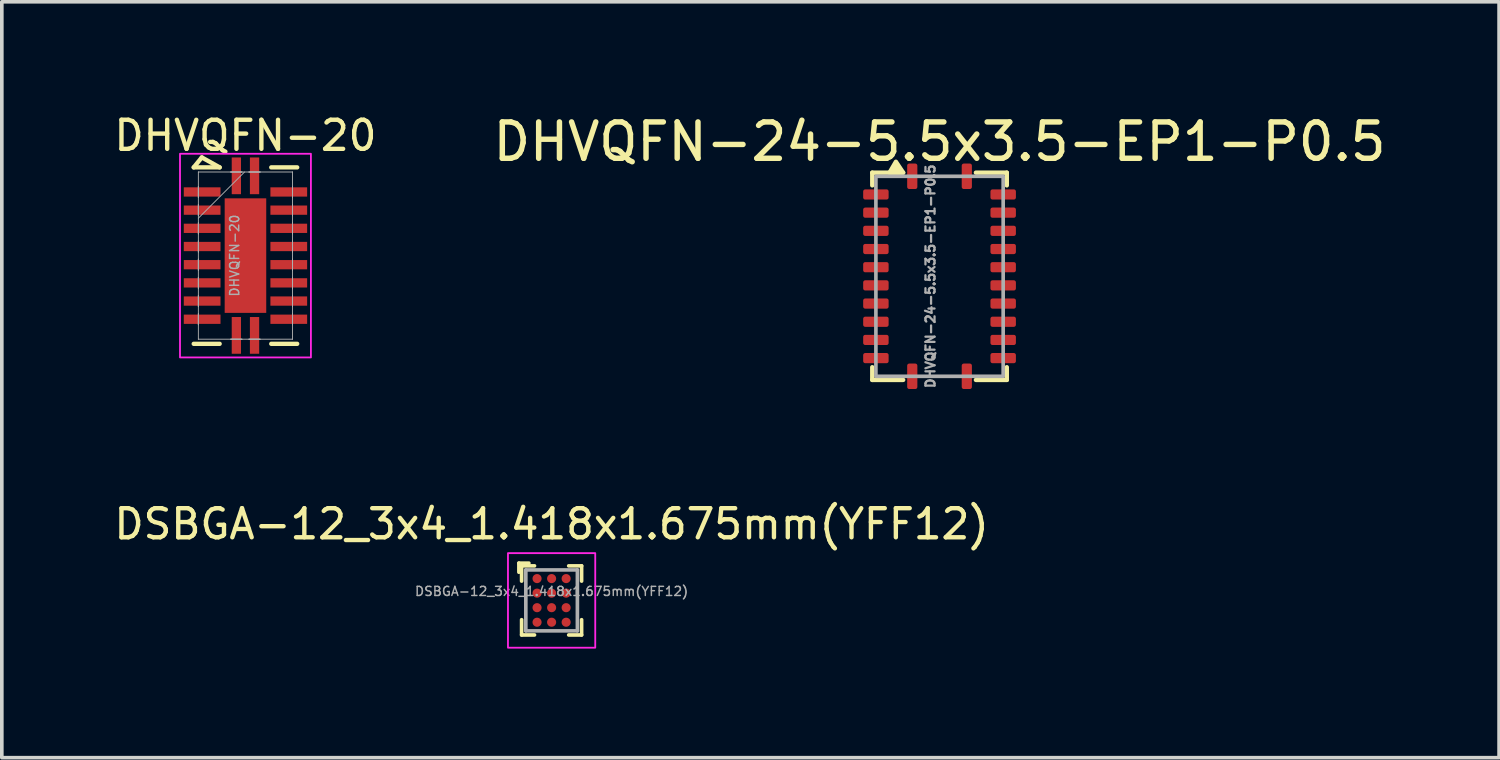
<source format=kicad_pcb>
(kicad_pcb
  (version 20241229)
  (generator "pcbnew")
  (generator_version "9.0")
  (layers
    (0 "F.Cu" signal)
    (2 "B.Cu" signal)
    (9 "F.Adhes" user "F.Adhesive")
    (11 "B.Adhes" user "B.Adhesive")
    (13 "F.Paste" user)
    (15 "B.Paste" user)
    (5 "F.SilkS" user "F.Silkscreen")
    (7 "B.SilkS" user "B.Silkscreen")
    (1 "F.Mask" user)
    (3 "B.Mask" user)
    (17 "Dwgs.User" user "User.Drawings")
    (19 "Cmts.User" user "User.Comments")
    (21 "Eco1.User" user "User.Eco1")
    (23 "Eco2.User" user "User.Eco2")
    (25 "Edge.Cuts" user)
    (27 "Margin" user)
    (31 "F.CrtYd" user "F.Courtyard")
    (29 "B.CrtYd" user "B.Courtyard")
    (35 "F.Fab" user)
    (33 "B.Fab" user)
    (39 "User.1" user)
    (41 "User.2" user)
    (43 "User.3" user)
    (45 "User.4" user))
  (footprint "DHVQFN-24-5.5x3.5-EP1-P0.5"
    (layer "F.Cu")
    (at 22.787 4.548)
    (property "Reference" "DHVQFN-24-5.5x3.5-EP1-P0.5" (at 0 -3.7 0) (unlocked yes) (layer "F.SilkS") (effects (font (size 1 1) (thickness 0.15))))
    (attr smd)
    (fp_line (start -1.85 -2.85) (end -1 -2.85) (stroke (width 0.12) (type default)) (layer "F.SilkS"))
    (fp_line (start -1.85 -2.5) (end -1.85 -2.85) (stroke (width 0.12) (type default)) (layer "F.SilkS"))
    (fp_line (start -1.85 2.5) (end -1.85 2.85) (stroke (width 0.12) (type default)) (layer "F.SilkS"))
    (fp_line (start -1.85 2.85) (end -1 2.85) (stroke (width 0.12) (type default)) (layer "F.SilkS"))
    (fp_line (start 1.85 -2.85) (end 1 -2.85) (stroke (width 0.12) (type default)) (layer "F.SilkS"))
    (fp_line (start 1.85 -2.5) (end 1.85 -2.85) (stroke (width 0.12) (type default)) (layer "F.SilkS"))
    (fp_line (start 1.85 2.5) (end 1.85 2.85) (stroke (width 0.12) (type default)) (layer "F.SilkS"))
    (fp_line (start 1.85 2.85) (end 1 2.85) (stroke (width 0.12) (type default)) (layer "F.SilkS"))
    (fp_poly (pts (xy -1.375 -2.85) (xy -1.2 -3.15) (xy -1 -2.85)) (stroke (width 0.12) (type solid)) (fill yes) (layer "F.SilkS"))
    (fp_rect (start -1.75 2.75) (end 1.75 -2.75) (stroke (width 0.1) (type default)) (fill no) (layer "F.Fab"))
    (fp_text user "${REFERENCE}" (at -0.25 0 90) (unlocked yes) (layer "F.Fab") (effects (font (size 0.25 0.25) (thickness 0.062))))
    (pad "1" smd roundrect (at -0.75 -2.75 270) (size 0.7 0.28) (layers "F.Cu" "F.Mask" "F.Paste") (roundrect_rratio 0.2))
    (pad "2" smd roundrect (at -1.75 -2.25 180) (size 0.7 0.28) (layers "F.Cu" "F.Mask" "F.Paste") (roundrect_rratio 0.2))
    (pad "3" smd roundrect (at -1.75 -1.75 180) (size 0.7 0.28) (layers "F.Cu" "F.Mask" "F.Paste") (roundrect_rratio 0.2))
    (pad "4" smd roundrect (at -1.75 -1.25 180) (size 0.7 0.28) (layers "F.Cu" "F.Mask" "F.Paste") (roundrect_rratio 0.2))
    (pad "5" smd roundrect (at -1.75 -0.75 180) (size 0.7 0.28) (layers "F.Cu" "F.Mask" "F.Paste") (roundrect_rratio 0.2))
    (pad "6" smd roundrect (at -1.75 -0.25 180) (size 0.7 0.28) (layers "F.Cu" "F.Mask" "F.Paste") (roundrect_rratio 0.2))
    (pad "7" smd roundrect (at -1.75 0.25 180) (size 0.7 0.28) (layers "F.Cu" "F.Mask" "F.Paste") (roundrect_rratio 0.2))
    (pad "8" smd roundrect (at -1.75 0.75 180) (size 0.7 0.28) (layers "F.Cu" "F.Mask" "F.Paste") (roundrect_rratio 0.2))
    (pad "9" smd roundrect (at -1.75 1.25 180) (size 0.7 0.28) (layers "F.Cu" "F.Mask" "F.Paste") (roundrect_rratio 0.2))
    (pad "10" smd roundrect (at -1.75 1.75 180) (size 0.7 0.28) (layers "F.Cu" "F.Mask" "F.Paste") (roundrect_rratio 0.2))
    (pad "11" smd roundrect (at -1.75 2.25 180) (size 0.7 0.28) (layers "F.Cu" "F.Mask" "F.Paste") (roundrect_rratio 0.2))
    (pad "12" smd roundrect (at -0.75 2.75 270) (size 0.7 0.28) (layers "F.Cu" "F.Mask" "F.Paste") (roundrect_rratio 0.2))
    (pad "13" smd roundrect (at 0.75 2.75 270) (size 0.7 0.28) (layers "F.Cu" "F.Mask" "F.Paste") (roundrect_rratio 0.2))
    (pad "14" smd roundrect (at 1.75 2.25) (size 0.7 0.28) (layers "F.Cu" "F.Mask" "F.Paste") (roundrect_rratio 0.2))
    (pad "15" smd roundrect (at 1.75 1.75) (size 0.7 0.28) (layers "F.Cu" "F.Mask" "F.Paste") (roundrect_rratio 0.2))
    (pad "16" smd roundrect (at 1.75 1.25) (size 0.7 0.28) (layers "F.Cu" "F.Mask" "F.Paste") (roundrect_rratio 0.2))
    (pad "17" smd roundrect (at 1.75 0.75) (size 0.7 0.28) (layers "F.Cu" "F.Mask" "F.Paste") (roundrect_rratio 0.2))
    (pad "18" smd roundrect (at 1.75 0.25) (size 0.7 0.28) (layers "F.Cu" "F.Mask" "F.Paste") (roundrect_rratio 0.2))
    (pad "19" smd roundrect (at 1.75 -0.25) (size 0.7 0.28) (layers "F.Cu" "F.Mask" "F.Paste") (roundrect_rratio 0.2))
    (pad "20" smd roundrect (at 1.75 -0.75) (size 0.7 0.28) (layers "F.Cu" "F.Mask" "F.Paste") (roundrect_rratio 0.2))
    (pad "21" smd roundrect (at 1.75 -1.25) (size 0.7 0.28) (layers "F.Cu" "F.Mask" "F.Paste") (roundrect_rratio 0.2))
    (pad "22" smd roundrect (at 1.75 -1.75) (size 0.7 0.28) (layers "F.Cu" "F.Mask" "F.Paste") (roundrect_rratio 0.2))
    (pad "23" smd roundrect (at 1.75 -2.25) (size 0.7 0.28) (layers "F.Cu" "F.Mask" "F.Paste") (roundrect_rratio 0.2))
    (pad "24" smd roundrect (at 0.75 -2.75 90) (size 0.7 0.28) (layers "F.Cu" "F.Mask" "F.Paste") (roundrect_rratio 0.2)))
  (footprint "DHVQFN-20"
    (layer "F.Cu")
    (at 3.7 3.979)
    (property "Reference" "DHVQFN-20" (at 0 -3.3 0) (unlocked yes) (layer "F.SilkS") (effects (font (size 0.8 0.8) (thickness 0.12))))
    (attr smd)
    (fp_line (start -1.422 -2.426) (end -1.2 -2.7) (stroke (width 0.12) (type default)) (layer "F.SilkS"))
    (fp_line (start -1.422 2.426) (end -0.71 2.426) (stroke (width 0.12) (type solid)) (layer "F.SilkS"))
    (fp_line (start -1.2 -2.7) (end -0.71 -2.426) (stroke (width 0.12) (type default)) (layer "F.SilkS"))
    (fp_line (start -0.71 -2.426) (end -1.422 -2.426) (stroke (width 0.12) (type solid)) (layer "F.SilkS"))
    (fp_line (start 0.71 2.426) (end 1.422 2.426) (stroke (width 0.12) (type solid)) (layer "F.SilkS"))
    (fp_line (start 1.422 -2.426) (end 0.71 -2.426) (stroke (width 0.12) (type solid)) (layer "F.SilkS"))
    (fp_poly (pts (xy -0.471 -1.475) (xy -0.471 -0.1) (xy 0.471 -0.1) (xy 0.471 -1.475)) (stroke (width 0) (type solid)) (fill yes) (layer "F.Paste"))
    (fp_poly (pts (xy -0.471 0.1) (xy -0.471 1.475) (xy 0.471 1.475) (xy 0.471 0.1)) (stroke (width 0) (type solid)) (fill yes) (layer "F.Paste"))
    (fp_rect (start -1.8 -2.8) (end 1.8 2.8) (stroke (width 0.05) (type default)) (fill no) (layer "F.CrtYd"))
    (fp_line (start -1.295 -2.299) (end -1.295 -2.299) (stroke (width 0.025) (type solid)) (layer "F.Fab"))
    (fp_line (start -1.295 -2.299) (end -1.295 2.299) (stroke (width 0.025) (type solid)) (layer "F.Fab"))
    (fp_line (start -1.295 -1.902) (end -1.295 -1.902) (stroke (width 0.025) (type solid)) (layer "F.Fab"))
    (fp_line (start -1.295 -1.902) (end -1.295 -1.598) (stroke (width 0.025) (type solid)) (layer "F.Fab"))
    (fp_line (start -1.295 -1.598) (end -1.295 -1.902) (stroke (width 0.025) (type solid)) (layer "F.Fab"))
    (fp_line (start -1.295 -1.598) (end -1.295 -1.598) (stroke (width 0.025) (type solid)) (layer "F.Fab"))
    (fp_line (start -1.295 -1.402) (end -1.295 -1.402) (stroke (width 0.025) (type solid)) (layer "F.Fab"))
    (fp_line (start -1.295 -1.402) (end -1.295 -1.098) (stroke (width 0.025) (type solid)) (layer "F.Fab"))
    (fp_line (start -1.295 -1.098) (end -1.295 -1.402) (stroke (width 0.025) (type solid)) (layer "F.Fab"))
    (fp_line (start -1.295 -1.098) (end -1.295 -1.098) (stroke (width 0.025) (type solid)) (layer "F.Fab"))
    (fp_line (start -1.295 -1.029) (end -0.025 -2.299) (stroke (width 0.025) (type solid)) (layer "F.Fab"))
    (fp_line (start -1.295 -0.902) (end -1.295 -0.902) (stroke (width 0.025) (type solid)) (layer "F.Fab"))
    (fp_line (start -1.295 -0.902) (end -1.295 -0.598) (stroke (width 0.025) (type solid)) (layer "F.Fab"))
    (fp_line (start -1.295 -0.598) (end -1.295 -0.902) (stroke (width 0.025) (type solid)) (layer "F.Fab"))
    (fp_line (start -1.295 -0.598) (end -1.295 -0.598) (stroke (width 0.025) (type solid)) (layer "F.Fab"))
    (fp_line (start -1.295 -0.402) (end -1.295 -0.402) (stroke (width 0.025) (type solid)) (layer "F.Fab"))
    (fp_line (start -1.295 -0.402) (end -1.295 -0.098) (stroke (width 0.025) (type solid)) (layer "F.Fab"))
    (fp_line (start -1.295 -0.098) (end -1.295 -0.402) (stroke (width 0.025) (type solid)) (layer "F.Fab"))
    (fp_line (start -1.295 -0.098) (end -1.295 -0.098) (stroke (width 0.025) (type solid)) (layer "F.Fab"))
    (fp_line (start -1.295 0.098) (end -1.295 0.098) (stroke (width 0.025) (type solid)) (layer "F.Fab"))
    (fp_line (start -1.295 0.098) (end -1.295 0.402) (stroke (width 0.025) (type solid)) (layer "F.Fab"))
    (fp_line (start -1.295 0.402) (end -1.295 0.098) (stroke (width 0.025) (type solid)) (layer "F.Fab"))
    (fp_line (start -1.295 0.402) (end -1.295 0.402) (stroke (width 0.025) (type solid)) (layer "F.Fab"))
    (fp_line (start -1.295 0.598) (end -1.295 0.598) (stroke (width 0.025) (type solid)) (layer "F.Fab"))
    (fp_line (start -1.295 0.598) (end -1.295 0.902) (stroke (width 0.025) (type solid)) (layer "F.Fab"))
    (fp_line (start -1.295 0.902) (end -1.295 0.598) (stroke (width 0.025) (type solid)) (layer "F.Fab"))
    (fp_line (start -1.295 0.902) (end -1.295 0.902) (stroke (width 0.025) (type solid)) (layer "F.Fab"))
    (fp_line (start -1.295 1.098) (end -1.295 1.098) (stroke (width 0.025) (type solid)) (layer "F.Fab"))
    (fp_line (start -1.295 1.098) (end -1.295 1.402) (stroke (width 0.025) (type solid)) (layer "F.Fab"))
    (fp_line (start -1.295 1.402) (end -1.295 1.098) (stroke (width 0.025) (type solid)) (layer "F.Fab"))
    (fp_line (start -1.295 1.402) (end -1.295 1.402) (stroke (width 0.025) (type solid)) (layer "F.Fab"))
    (fp_line (start -1.295 1.598) (end -1.295 1.598) (stroke (width 0.025) (type solid)) (layer "F.Fab"))
    (fp_line (start -1.295 1.598) (end -1.295 1.902) (stroke (width 0.025) (type solid)) (layer "F.Fab"))
    (fp_line (start -1.295 1.902) (end -1.295 1.598) (stroke (width 0.025) (type solid)) (layer "F.Fab"))
    (fp_line (start -1.295 1.902) (end -1.295 1.902) (stroke (width 0.025) (type solid)) (layer "F.Fab"))
    (fp_line (start -1.295 2.299) (end -1.295 2.299) (stroke (width 0.025) (type solid)) (layer "F.Fab"))
    (fp_line (start -1.295 2.299) (end 1.295 2.299) (stroke (width 0.025) (type solid)) (layer "F.Fab"))
    (fp_line (start -0.402 -2.299) (end -0.402 -2.299) (stroke (width 0.025) (type solid)) (layer "F.Fab"))
    (fp_line (start -0.402 -2.299) (end -0.098 -2.299) (stroke (width 0.025) (type solid)) (layer "F.Fab"))
    (fp_line (start -0.402 2.299) (end -0.402 2.299) (stroke (width 0.025) (type solid)) (layer "F.Fab"))
    (fp_line (start -0.402 2.299) (end -0.098 2.299) (stroke (width 0.025) (type solid)) (layer "F.Fab"))
    (fp_line (start -0.098 -2.299) (end -0.402 -2.299) (stroke (width 0.025) (type solid)) (layer "F.Fab"))
    (fp_line (start -0.098 -2.299) (end -0.098 -2.299) (stroke (width 0.025) (type solid)) (layer "F.Fab"))
    (fp_line (start -0.098 2.299) (end -0.402 2.299) (stroke (width 0.025) (type solid)) (layer "F.Fab"))
    (fp_line (start -0.098 2.299) (end -0.098 2.299) (stroke (width 0.025) (type solid)) (layer "F.Fab"))
    (fp_line (start 0.098 -2.299) (end 0.098 -2.299) (stroke (width 0.025) (type solid)) (layer "F.Fab"))
    (fp_line (start 0.098 -2.299) (end 0.402 -2.299) (stroke (width 0.025) (type solid)) (layer "F.Fab"))
    (fp_line (start 0.098 2.299) (end 0.098 2.299) (stroke (width 0.025) (type solid)) (layer "F.Fab"))
    (fp_line (start 0.098 2.299) (end 0.402 2.299) (stroke (width 0.025) (type solid)) (layer "F.Fab"))
    (fp_line (start 0.402 -2.299) (end 0.098 -2.299) (stroke (width 0.025) (type solid)) (layer "F.Fab"))
    (fp_line (start 0.402 -2.299) (end 0.402 -2.299) (stroke (width 0.025) (type solid)) (layer "F.Fab"))
    (fp_line (start 0.402 2.299) (end 0.098 2.299) (stroke (width 0.025) (type solid)) (layer "F.Fab"))
    (fp_line (start 0.402 2.299) (end 0.402 2.299) (stroke (width 0.025) (type solid)) (layer "F.Fab"))
    (fp_line (start 1.295 -2.299) (end -1.295 -2.299) (stroke (width 0.025) (type solid)) (layer "F.Fab"))
    (fp_line (start 1.295 -2.299) (end 1.295 -2.299) (stroke (width 0.025) (type solid)) (layer "F.Fab"))
    (fp_line (start 1.295 -1.902) (end 1.295 -1.902) (stroke (width 0.025) (type solid)) (layer "F.Fab"))
    (fp_line (start 1.295 -1.902) (end 1.295 -1.598) (stroke (width 0.025) (type solid)) (layer "F.Fab"))
    (fp_line (start 1.295 -1.598) (end 1.295 -1.902) (stroke (width 0.025) (type solid)) (layer "F.Fab"))
    (fp_line (start 1.295 -1.598) (end 1.295 -1.598) (stroke (width 0.025) (type solid)) (layer "F.Fab"))
    (fp_line (start 1.295 -1.402) (end 1.295 -1.402) (stroke (width 0.025) (type solid)) (layer "F.Fab"))
    (fp_line (start 1.295 -1.402) (end 1.295 -1.098) (stroke (width 0.025) (type solid)) (layer "F.Fab"))
    (fp_line (start 1.295 -1.098) (end 1.295 -1.402) (stroke (width 0.025) (type solid)) (layer "F.Fab"))
    (fp_line (start 1.295 -1.098) (end 1.295 -1.098) (stroke (width 0.025) (type solid)) (layer "F.Fab"))
    (fp_line (start 1.295 -0.902) (end 1.295 -0.902) (stroke (width 0.025) (type solid)) (layer "F.Fab"))
    (fp_line (start 1.295 -0.902) (end 1.295 -0.598) (stroke (width 0.025) (type solid)) (layer "F.Fab"))
    (fp_line (start 1.295 -0.598) (end 1.295 -0.902) (stroke (width 0.025) (type solid)) (layer "F.Fab"))
    (fp_line (start 1.295 -0.598) (end 1.295 -0.598) (stroke (width 0.025) (type solid)) (layer "F.Fab"))
    (fp_line (start 1.295 -0.402) (end 1.295 -0.402) (stroke (width 0.025) (type solid)) (layer "F.Fab"))
    (fp_line (start 1.295 -0.402) (end 1.295 -0.098) (stroke (width 0.025) (type solid)) (layer "F.Fab"))
    (fp_line (start 1.295 -0.098) (end 1.295 -0.402) (stroke (width 0.025) (type solid)) (layer "F.Fab"))
    (fp_line (start 1.295 -0.098) (end 1.295 -0.098) (stroke (width 0.025) (type solid)) (layer "F.Fab"))
    (fp_line (start 1.295 0.098) (end 1.295 0.098) (stroke (width 0.025) (type solid)) (layer "F.Fab"))
    (fp_line (start 1.295 0.098) (end 1.295 0.402) (stroke (width 0.025) (type solid)) (layer "F.Fab"))
    (fp_line (start 1.295 0.402) (end 1.295 0.098) (stroke (width 0.025) (type solid)) (layer "F.Fab"))
    (fp_line (start 1.295 0.402) (end 1.295 0.402) (stroke (width 0.025) (type solid)) (layer "F.Fab"))
    (fp_line (start 1.295 0.598) (end 1.295 0.598) (stroke (width 0.025) (type solid)) (layer "F.Fab"))
    (fp_line (start 1.295 0.598) (end 1.295 0.902) (stroke (width 0.025) (type solid)) (layer "F.Fab"))
    (fp_line (start 1.295 0.902) (end 1.295 0.598) (stroke (width 0.025) (type solid)) (layer "F.Fab"))
    (fp_line (start 1.295 0.902) (end 1.295 0.902) (stroke (width 0.025) (type solid)) (layer "F.Fab"))
    (fp_line (start 1.295 1.098) (end 1.295 1.098) (stroke (width 0.025) (type solid)) (layer "F.Fab"))
    (fp_line (start 1.295 1.098) (end 1.295 1.402) (stroke (width 0.025) (type solid)) (layer "F.Fab"))
    (fp_line (start 1.295 1.402) (end 1.295 1.098) (stroke (width 0.025) (type solid)) (layer "F.Fab"))
    (fp_line (start 1.295 1.402) (end 1.295 1.402) (stroke (width 0.025) (type solid)) (layer "F.Fab"))
    (fp_line (start 1.295 1.598) (end 1.295 1.598) (stroke (width 0.025) (type solid)) (layer "F.Fab"))
    (fp_line (start 1.295 1.598) (end 1.295 1.902) (stroke (width 0.025) (type solid)) (layer "F.Fab"))
    (fp_line (start 1.295 1.902) (end 1.295 1.598) (stroke (width 0.025) (type solid)) (layer "F.Fab"))
    (fp_line (start 1.295 1.902) (end 1.295 1.902) (stroke (width 0.025) (type solid)) (layer "F.Fab"))
    (fp_line (start 1.295 2.299) (end 1.295 -2.299) (stroke (width 0.025) (type solid)) (layer "F.Fab"))
    (fp_line (start 1.295 2.299) (end 1.295 2.299) (stroke (width 0.025) (type solid)) (layer "F.Fab"))
    (fp_text user "${REFERENCE}" (at -0.3 0 90) (unlocked yes) (layer "F.Fab") (effects (font (size 0.25 0.25) (thickness 0.04))))
    (pad "1" smd rect (at -0.25 -2.194) (size 0.255 1.01) (layers "F.Cu" "F.Mask" "F.Paste"))
    (pad "2" smd rect (at -1.191 -1.75 90) (size 0.255 1.01) (layers "F.Cu" "F.Mask" "F.Paste"))
    (pad "3" smd rect (at -1.191 -1.25 90) (size 0.255 1.01) (layers "F.Cu" "F.Mask" "F.Paste"))
    (pad "4" smd rect (at -1.191 -0.75 90) (size 0.255 1.01) (layers "F.Cu" "F.Mask" "F.Paste"))
    (pad "5" smd rect (at -1.191 -0.25 90) (size 0.255 1.01) (layers "F.Cu" "F.Mask" "F.Paste"))
    (pad "6" smd rect (at -1.191 0.25 90) (size 0.255 1.01) (layers "F.Cu" "F.Mask" "F.Paste"))
    (pad "7" smd rect (at -1.191 0.75 90) (size 0.255 1.01) (layers "F.Cu" "F.Mask" "F.Paste"))
    (pad "8" smd rect (at -1.191 1.25 90) (size 0.255 1.01) (layers "F.Cu" "F.Mask" "F.Paste"))
    (pad "9" smd rect (at -1.191 1.75 90) (size 0.255 1.01) (layers "F.Cu" "F.Mask" "F.Paste"))
    (pad "10" smd rect (at -0.25 2.194) (size 0.255 1.01) (layers "F.Cu" "F.Mask" "F.Paste"))
    (pad "11" smd rect (at 0.25 2.194) (size 0.255 1.01) (layers "F.Cu" "F.Mask" "F.Paste"))
    (pad "12" smd rect (at 1.191 1.75 90) (size 0.255 1.01) (layers "F.Cu" "F.Mask" "F.Paste"))
    (pad "13" smd rect (at 1.191 1.25 90) (size 0.255 1.01) (layers "F.Cu" "F.Mask" "F.Paste"))
    (pad "14" smd rect (at 1.191 0.75 90) (size 0.255 1.01) (layers "F.Cu" "F.Mask" "F.Paste"))
    (pad "15" smd rect (at 1.191 0.25 90) (size 0.255 1.01) (layers "F.Cu" "F.Mask" "F.Paste"))
    (pad "16" smd rect (at 1.191 -0.25 90) (size 0.255 1.01) (layers "F.Cu" "F.Mask" "F.Paste"))
    (pad "17" smd rect (at 1.191 -0.75 90) (size 0.255 1.01) (layers "F.Cu" "F.Mask" "F.Paste"))
    (pad "18" smd rect (at 1.191 -1.25 90) (size 0.255 1.01) (layers "F.Cu" "F.Mask" "F.Paste"))
    (pad "19" smd rect (at 1.191 -1.75 90) (size 0.255 1.01) (layers "F.Cu" "F.Mask" "F.Paste"))
    (pad "20" smd rect (at 0.25 -2.194) (size 0.255 1.01) (layers "F.Cu" "F.Mask" "F.Paste"))
    (pad "21" smd rect (at 0 0) (size 1.143 3.15) (layers "F.Cu" "F.Mask" "F.Paste")))
  (footprint "DSBGA-12_3x4_1.418x1.675mm(YFF12)"
    (layer "F.Cu")
    (at 12.119 13.461)
    (property "Reference" "DSBGA-12_3x4_1.418x1.675mm(YFF12)" (at 0 -2.1 0) (layer "F.SilkS") (effects (font (size 0.8 0.8) (thickness 0.12))))
    (attr smd)
    (fp_line (start -0.9 -1.025) (end -0.625 -1.025) (stroke (width 0.1) (type default)) (layer "F.SilkS"))
    (fp_line (start -0.9 -0.775) (end -0.9 -1.025) (stroke (width 0.1) (type default)) (layer "F.SilkS"))
    (fp_line (start -0.825 -0.95) (end -0.825 -0.531) (stroke (width 0.1) (type default)) (layer "F.SilkS"))
    (fp_line (start -0.825 0.95) (end -0.825 0.531) (stroke (width 0.1) (type default)) (layer "F.SilkS"))
    (fp_line (start -0.47 -0.95) (end -0.825 -0.95) (stroke (width 0.1) (type default)) (layer "F.SilkS"))
    (fp_line (start -0.47 0.95) (end -0.825 0.95) (stroke (width 0.1) (type default)) (layer "F.SilkS"))
    (fp_line (start 0.47 -0.95) (end 0.825 -0.95) (stroke (width 0.1) (type default)) (layer "F.SilkS"))
    (fp_line (start 0.47 0.95) (end 0.825 0.95) (stroke (width 0.1) (type default)) (layer "F.SilkS"))
    (fp_line (start 0.825 -0.95) (end 0.825 -0.531) (stroke (width 0.1) (type default)) (layer "F.SilkS"))
    (fp_line (start 0.825 0.95) (end 0.825 0.531) (stroke (width 0.1) (type default)) (layer "F.SilkS"))
    (fp_rect (start -1.2 -1.3) (end 1.2 1.3) (stroke (width 0.05) (type default)) (fill no) (layer "F.CrtYd"))
    (fp_line (start -0.709 -0.838) (end -0.709 0.838) (stroke (width 0.1) (type default)) (layer "F.Fab"))
    (fp_line (start -0.709 0.838) (end 0.709 0.838) (stroke (width 0.1) (type default)) (layer "F.Fab"))
    (fp_line (start 0.709 -0.838) (end -0.709 -0.838) (stroke (width 0.1) (type default)) (layer "F.Fab"))
    (fp_line (start 0.709 0.838) (end 0.709 -0.838) (stroke (width 0.1) (type default)) (layer "F.Fab"))
    (fp_text user "${REFERENCE}" (at 0 -0.25 0) (unlocked yes) (layer "F.Fab") (effects (font (size 0.25 0.25) (thickness 0.04))))
    (pad "A1" smd circle (at -0.4 -0.6) (size 0.25 0.25) (layers "F.Cu" "F.Mask" "F.Paste"))
    (pad "A2" smd circle (at 0 -0.6) (size 0.25 0.25) (layers "F.Cu" "F.Mask" "F.Paste"))
    (pad "A3" smd circle (at 0.4 -0.6) (size 0.25 0.25) (layers "F.Cu" "F.Mask" "F.Paste"))
    (pad "B1" smd circle (at -0.4 -0.2) (size 0.25 0.25) (layers "F.Cu" "F.Mask" "F.Paste"))
    (pad "B2" smd circle (at 0 -0.2) (size 0.25 0.25) (layers "F.Cu" "F.Mask" "F.Paste"))
    (pad "B3" smd circle (at 0.4 -0.2) (size 0.25 0.25) (layers "F.Cu" "F.Mask" "F.Paste"))
    (pad "C1" smd circle (at -0.4 0.2) (size 0.25 0.25) (layers "F.Cu" "F.Mask" "F.Paste"))
    (pad "C2" smd circle (at 0 0.2) (size 0.25 0.25) (layers "F.Cu" "F.Mask" "F.Paste"))
    (pad "C3" smd circle (at 0.4 0.2) (size 0.25 0.25) (layers "F.Cu" "F.Mask" "F.Paste"))
    (pad "D1" smd circle (at -0.4 0.6) (size 0.25 0.25) (layers "F.Cu" "F.Mask" "F.Paste"))
    (pad "D2" smd circle (at 0 0.6) (size 0.25 0.25) (layers "F.Cu" "F.Mask" "F.Paste"))
    (pad "D3" smd circle (at 0.4 0.6) (size 0.25 0.25) (layers "F.Cu" "F.Mask" "F.Paste")))
  (gr_rect
    (start -3 -3)
    (end 38.174 17.786)
    (stroke (width 0.1) (type default))
    (fill no)
    (layer "Edge.Cuts")))
</source>
